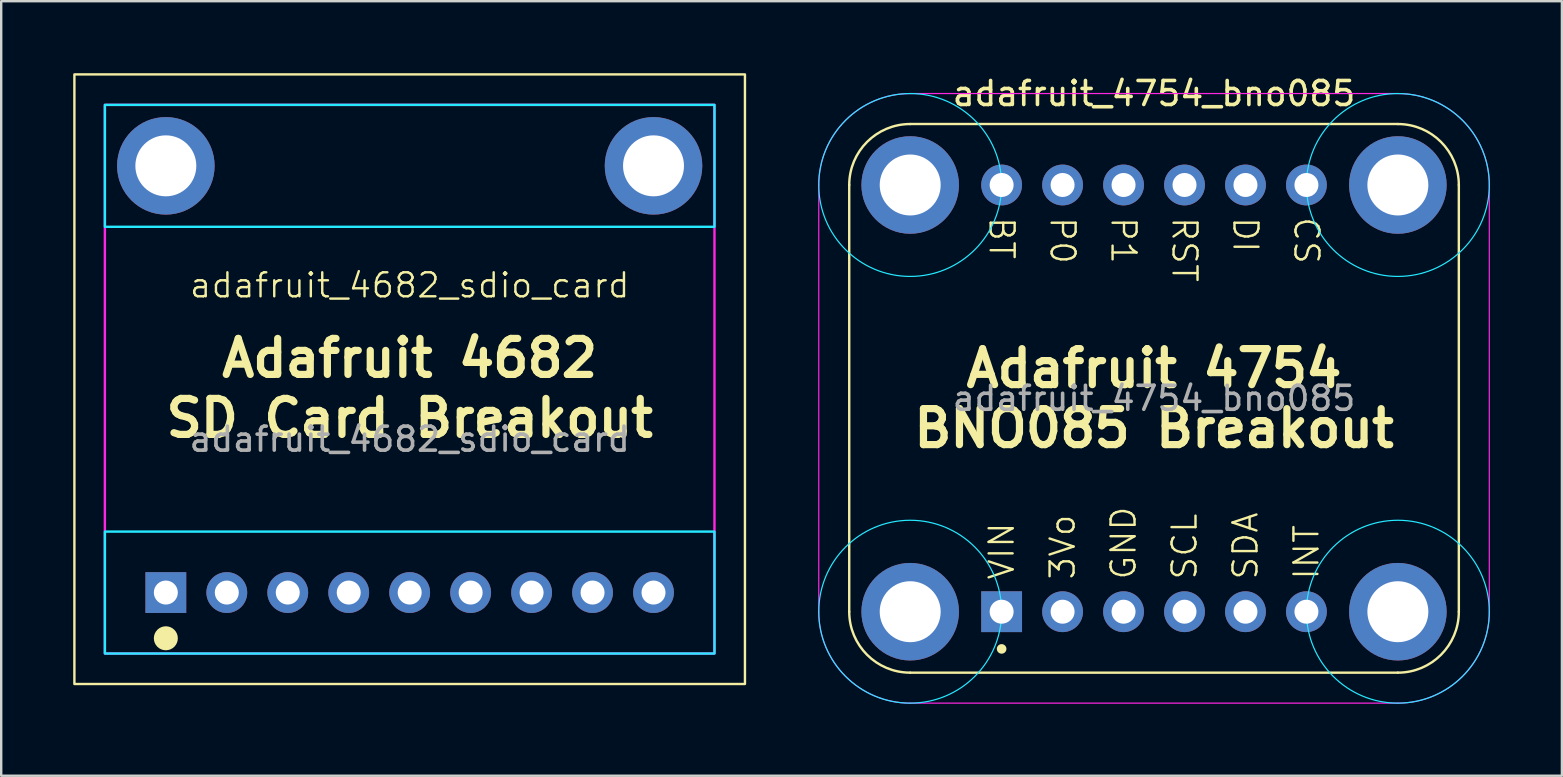
<source format=kicad_pcb>
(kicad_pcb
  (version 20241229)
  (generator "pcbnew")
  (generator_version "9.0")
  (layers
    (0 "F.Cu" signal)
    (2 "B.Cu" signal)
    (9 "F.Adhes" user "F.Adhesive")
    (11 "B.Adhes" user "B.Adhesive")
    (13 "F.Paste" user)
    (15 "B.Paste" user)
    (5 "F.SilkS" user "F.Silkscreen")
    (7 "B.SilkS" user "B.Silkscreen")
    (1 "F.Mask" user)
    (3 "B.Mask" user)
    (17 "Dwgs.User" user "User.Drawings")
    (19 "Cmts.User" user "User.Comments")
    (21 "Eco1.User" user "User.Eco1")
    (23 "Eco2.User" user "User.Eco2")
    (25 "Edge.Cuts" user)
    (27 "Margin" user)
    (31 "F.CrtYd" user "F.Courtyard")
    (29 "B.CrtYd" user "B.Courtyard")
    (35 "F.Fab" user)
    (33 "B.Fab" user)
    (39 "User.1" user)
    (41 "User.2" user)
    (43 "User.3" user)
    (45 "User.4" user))
  (footprint "adafruit_4682_sdio_card"
    (layer "F.Cu")
    (at 14.02 12.75)
    (property "Reference" "adafruit_4682_sdio_card" (at 0 -3.912 0) (unlocked yes) (layer "F.SilkS") (effects (font (size 1 1) (thickness 0.1))))
    (attr through_hole)
    (fp_rect (start -13.97 -12.7) (end 13.97 12.7) (stroke (width 0.1) (type default)) (fill no) (layer "F.SilkS"))
    (fp_circle (center -10.16 10.795) (end -9.66 10.795) (stroke (width 0) (type solid)) (fill yes) (layer "F.SilkS"))
    (fp_rect (start -12.7 -11.43) (end 12.7 -6.35) (stroke (width 0.1) (type default)) (fill no) (layer "B.CrtYd"))
    (fp_rect (start -12.7 11.43) (end 12.7 6.35) (stroke (width 0.1) (type default)) (fill no) (layer "B.CrtYd"))
    (fp_rect (start -12.7 -11.43) (end 12.7 11.43) (stroke (width 0.1) (type default)) (fill no) (layer "F.CrtYd"))
    (fp_text user "SD Card Breakout" (at 0 2.5 0) (unlocked yes) (layer "F.SilkS") (effects (font (size 1.5 1.5) (thickness 0.3) (bold yes)) (justify bottom)))
    (fp_text user "Adafruit 4682" (at 0 0 0) (unlocked yes) (layer "F.SilkS") (effects (font (size 1.5 1.5) (thickness 0.3) (bold yes)) (justify bottom)))
    (fp_text user "${REFERENCE}" (at 0 2.5 0) (unlocked yes) (layer "F.Fab") (effects (font (size 1 1) (thickness 0.15))))
    (pad "#2" thru_hole oval (at -10.16 -8.89 90) (size 4.064 4.064) (drill 2.54) (layers "*.Cu" "*.Mask"))
    (pad "#2" thru_hole oval (at 10.16 -8.89 90) (size 4.064 4.064) (drill 2.54) (layers "*.Cu" "*.Mask"))
    (pad "1" thru_hole rect (at -10.16 8.89 90) (size 1.7 1.7) (drill 1) (layers "*.Cu" "*.Mask"))
    (pad "2" thru_hole oval (at -7.62 8.89 90) (size 1.7 1.7) (drill 1) (layers "*.Cu" "*.Mask"))
    (pad "3" thru_hole oval (at -5.08 8.89 90) (size 1.7 1.7) (drill 1) (layers "*.Cu" "*.Mask"))
    (pad "4" thru_hole oval (at -2.54 8.89 90) (size 1.7 1.7) (drill 1) (layers "*.Cu" "*.Mask"))
    (pad "5" thru_hole oval (at 0 8.89 90) (size 1.7 1.7) (drill 1) (layers "*.Cu" "*.Mask"))
    (pad "6" thru_hole oval (at 2.54 8.89 90) (size 1.7 1.7) (drill 1) (layers "*.Cu" "*.Mask"))
    (pad "7" thru_hole oval (at 5.08 8.89 90) (size 1.7 1.7) (drill 1) (layers "*.Cu" "*.Mask"))
    (pad "8" thru_hole oval (at 7.62 8.89 90) (size 1.7 1.7) (drill 1) (layers "*.Cu" "*.Mask"))
    (pad "9" thru_hole oval (at 10.16 8.89 90) (size 1.7 1.7) (drill 1) (layers "*.Cu" "*.Mask")))
  (footprint "adafruit_4754_bno085"
    (layer "F.Cu")
    (at 45.035 13.548)
    (property "Reference" "adafruit_4754_bno085" (at 0 -12.7 0) (unlocked yes) (layer "F.SilkS") (effects (font (size 1 1) (thickness 0.15))))
    (attr through_hole)
    (fp_line (start -12.7 -8.89) (end -12.7 8.89) (stroke (width 0.1) (type default)) (layer "F.SilkS"))
    (fp_line (start 10.16 -11.43) (end -10.16 -11.43) (stroke (width 0.1) (type default)) (layer "F.SilkS"))
    (fp_line (start 10.16 11.43) (end -10.16 11.43) (stroke (width 0.1) (type default)) (layer "F.SilkS"))
    (fp_line (start 12.7 -8.89) (end 12.7 8.89) (stroke (width 0.1) (type default)) (layer "F.SilkS"))
    (fp_arc (start -12.7 -8.89) (mid -11.956051 -10.686051) (end -10.16 -11.43) (stroke (width 0.1) (type default)) (layer "F.SilkS"))
    (fp_arc (start -10.16 11.43) (mid -11.956051 10.686051) (end -12.7 8.89) (stroke (width 0.1) (type default)) (layer "F.SilkS"))
    (fp_arc (start 10.16 -11.43) (mid 11.956051 -10.686051) (end 12.7 -8.89) (stroke (width 0.1) (type default)) (layer "F.SilkS"))
    (fp_arc (start 12.7 8.89) (mid 11.956051 10.686051) (end 10.16 11.43) (stroke (width 0.1) (type default)) (layer "F.SilkS"))
    (fp_circle (center -6.35 10.44) (end -6.15 10.44) (stroke (width 0) (type solid)) (fill yes) (layer "F.SilkS"))
    (fp_circle (center -10.16 8.89) (end -12.854 11.584) (stroke (width 0.05) (type default)) (fill no) (layer "B.CrtYd"))
    (fp_circle (center -10.16 -8.89) (end -12.854 -11.584) (stroke (width 0.05) (type default)) (fill no) (layer "B.CrtYd"))
    (fp_circle (center 10.16 -8.89) (end 12.854 -11.584) (stroke (width 0.05) (type default)) (fill no) (layer "B.CrtYd"))
    (fp_circle (center 10.16 8.89) (end 12.854 11.584) (stroke (width 0.05) (type default)) (fill no) (layer "B.CrtYd"))
    (fp_line (start -13.97 -8.89) (end -13.97 8.89) (stroke (width 0.05) (type default)) (layer "F.CrtYd"))
    (fp_line (start -10.16 -12.7) (end 10.16 -12.7) (stroke (width 0.05) (type default)) (layer "F.CrtYd"))
    (fp_line (start 10.16 12.7) (end -10.16 12.7) (stroke (width 0.05) (type default)) (layer "F.CrtYd"))
    (fp_line (start 13.97 -8.89) (end 13.97 8.89) (stroke (width 0.05) (type default)) (layer "F.CrtYd"))
    (fp_arc (start -13.97 -8.89) (mid -12.854077 -11.584077) (end -10.16 -12.7) (stroke (width 0.05) (type default)) (layer "F.CrtYd"))
    (fp_arc (start -10.16 12.7) (mid -12.854077 11.584077) (end -13.97 8.89) (stroke (width 0.05) (type default)) (layer "F.CrtYd"))
    (fp_arc (start 10.16 -12.7) (mid 12.854077 -11.584077) (end 13.97 -8.89) (stroke (width 0.05) (type default)) (layer "F.CrtYd"))
    (fp_arc (start 13.97 8.89) (mid 12.854077 11.584077) (end 10.16 12.7) (stroke (width 0.05) (type default)) (layer "F.CrtYd"))
    (fp_text user "VIN" (at -6.35 7.62 90) (unlocked yes) (layer "F.SilkS") (effects (font (size 1 1) (thickness 0.1)) (justify left)))
    (fp_text user "SDA" (at 3.81 7.62 90) (unlocked yes) (layer "F.SilkS") (effects (font (size 1 1) (thickness 0.1)) (justify left)))
    (fp_text user "DI" (at 3.81 -7.62 270) (unlocked yes) (layer "F.SilkS") (effects (font (size 1 1) (thickness 0.1)) (justify left)))
    (fp_text user "P0" (at -3.81 -7.62 270) (unlocked yes) (layer "F.SilkS") (effects (font (size 1 1) (thickness 0.1)) (justify left)))
    (fp_text user "INT" (at 6.35 7.62 90) (unlocked yes) (layer "F.SilkS") (effects (font (size 1 1) (thickness 0.1)) (justify left)))
    (fp_text user "GND" (at -1.27 7.62 90) (unlocked yes) (layer "F.SilkS") (effects (font (size 1 1) (thickness 0.1)) (justify left)))
    (fp_text user "BT" (at -6.35 -7.62 270) (unlocked yes) (layer "F.SilkS") (effects (font (size 1 1) (thickness 0.1)) (justify left)))
    (fp_text user "3Vo" (at -3.81 7.62 90) (unlocked yes) (layer "F.SilkS") (effects (font (size 1 1) (thickness 0.1)) (justify left)))
    (fp_text user "SCL" (at 1.27 7.62 90) (unlocked yes) (layer "F.SilkS") (effects (font (size 1 1) (thickness 0.1)) (justify left)))
    (fp_text user "BNO085 Breakout" (at 0 1.25 0) (unlocked yes) (layer "F.SilkS") (effects (font (size 1.5 1.5) (thickness 0.3) (bold yes))))
    (fp_text user "P1" (at -1.27 -7.62 270) (unlocked yes) (layer "F.SilkS") (effects (font (size 1 1) (thickness 0.1)) (justify left)))
    (fp_text user "Adafruit 4754" (at 0 -1.25 0) (unlocked yes) (layer "F.SilkS") (effects (font (size 1.5 1.5) (thickness 0.3) (bold yes))))
    (fp_text user "RST" (at 1.27 -7.62 270) (unlocked yes) (layer "F.SilkS") (effects (font (size 1 1) (thickness 0.1)) (justify left)))
    (fp_text user "CS" (at 6.35 -7.62 270) (unlocked yes) (layer "F.SilkS") (effects (font (size 1 1) (thickness 0.1)) (justify left)))
    (fp_text user "${REFERENCE}" (at 0 0 0) (unlocked yes) (layer "F.Fab") (effects (font (size 1 1) (thickness 0.15))))
    (pad "#2" thru_hole oval (at -10.16 -8.89 90) (size 4.064 4.064) (drill 2.54) (layers "*.Cu" "*.Mask"))
    (pad "#2" thru_hole oval (at -10.16 8.89 90) (size 4.064 4.064) (drill 2.54) (layers "*.Cu" "*.Mask"))
    (pad "#2" thru_hole oval (at 10.16 -8.89 90) (size 4.064 4.064) (drill 2.54) (layers "*.Cu" "*.Mask"))
    (pad "#2" thru_hole oval (at 10.16 8.89 90) (size 4.064 4.064) (drill 2.54) (layers "*.Cu" "*.Mask"))
    (pad "1" thru_hole rect (at -6.35 8.89 90) (size 1.7 1.7) (drill 1) (layers "*.Cu" "*.Mask"))
    (pad "2" thru_hole oval (at -3.81 8.89 90) (size 1.7 1.7) (drill 1) (layers "*.Cu" "*.Mask"))
    (pad "3" thru_hole oval (at -1.27 8.89 90) (size 1.7 1.7) (drill 1) (layers "*.Cu" "*.Mask"))
    (pad "4" thru_hole oval (at 1.27 8.89 90) (size 1.7 1.7) (drill 1) (layers "*.Cu" "*.Mask"))
    (pad "5" thru_hole oval (at 3.81 8.89 90) (size 1.7 1.7) (drill 1) (layers "*.Cu" "*.Mask"))
    (pad "6" thru_hole oval (at 6.35 8.89 90) (size 1.7 1.7) (drill 1) (layers "*.Cu" "*.Mask"))
    (pad "7" thru_hole oval (at 6.35 -8.89 90) (size 1.7 1.7) (drill 1) (layers "*.Cu" "*.Mask"))
    (pad "8" thru_hole oval (at 3.81 -8.89 90) (size 1.7 1.7) (drill 1) (layers "*.Cu" "*.Mask"))
    (pad "9" thru_hole oval (at 1.27 -8.89 90) (size 1.7 1.7) (drill 1) (layers "*.Cu" "*.Mask"))
    (pad "10" thru_hole oval (at -1.27 -8.89 90) (size 1.7 1.7) (drill 1) (layers "*.Cu" "*.Mask"))
    (pad "11" thru_hole oval (at -3.81 -8.89 90) (size 1.7 1.7) (drill 1) (layers "*.Cu" "*.Mask"))
    (pad "12" thru_hole oval (at -6.35 -8.89 90) (size 1.7 1.7) (drill 1) (layers "*.Cu" "*.Mask")))
  (gr_rect
    (start -3 -3)
    (end 62.03 29.273)
    (stroke (width 0.1) (type default))
    (fill no)
    (layer "Edge.Cuts")))
</source>
